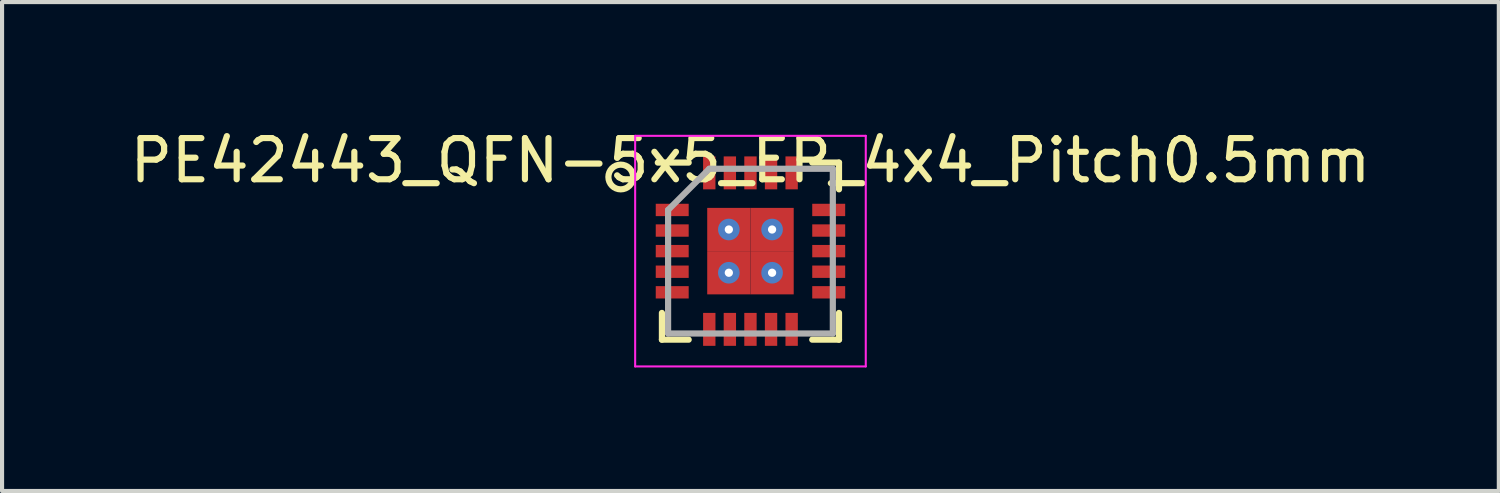
<source format=kicad_pcb>
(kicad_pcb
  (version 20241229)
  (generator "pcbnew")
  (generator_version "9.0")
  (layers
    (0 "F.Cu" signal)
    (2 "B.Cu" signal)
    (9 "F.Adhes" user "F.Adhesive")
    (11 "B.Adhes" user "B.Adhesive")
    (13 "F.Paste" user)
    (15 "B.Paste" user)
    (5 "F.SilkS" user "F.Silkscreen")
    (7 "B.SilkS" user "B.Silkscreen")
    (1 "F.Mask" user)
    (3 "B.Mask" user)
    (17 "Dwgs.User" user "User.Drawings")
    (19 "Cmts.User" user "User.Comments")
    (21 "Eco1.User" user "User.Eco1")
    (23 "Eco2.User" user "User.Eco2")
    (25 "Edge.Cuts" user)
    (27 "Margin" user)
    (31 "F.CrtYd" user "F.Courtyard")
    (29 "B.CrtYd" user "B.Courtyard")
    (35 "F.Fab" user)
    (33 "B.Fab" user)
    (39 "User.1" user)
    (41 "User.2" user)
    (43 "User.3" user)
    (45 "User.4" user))
  (footprint "PE42443_QFN-5x5_EP_4x4_Pitch0.5mm"
    (layer "F.Cu")
    (at 15.173 3.048)
    (property "Reference" "PE42443_QFN-5x5_EP_4x4_Pitch0.5mm" (at 0 -2.2 0) (layer "F.SilkS") (effects (font (size 1 1) (thickness 0.15))))
    (attr through_hole)
    (fp_line (start -2.15 2.15) (end -2.15 1.5) (stroke (width 0.15) (type default)) (layer "F.SilkS"))
    (fp_line (start -1.5 -2.15) (end -2.25 -2.15) (stroke (width 0.15) (type default)) (layer "F.SilkS"))
    (fp_line (start -1.5 2.15) (end -2.15 2.15) (stroke (width 0.15) (type default)) (layer "F.SilkS"))
    (fp_line (start 1.5 -2.15) (end 2.15 -2.15) (stroke (width 0.15) (type default)) (layer "F.SilkS"))
    (fp_line (start 1.5 2.15) (end 2.15 2.15) (stroke (width 0.15) (type default)) (layer "F.SilkS"))
    (fp_line (start 2.15 -2.15) (end 2.15 -1.5) (stroke (width 0.15) (type default)) (layer "F.SilkS"))
    (fp_line (start 2.15 2.15) (end 2.15 1.5) (stroke (width 0.15) (type default)) (layer "F.SilkS"))
    (fp_circle (center -3.15 -1.8) (end -3.15 -1.5) (stroke (width 0.15) (type default)) (fill no) (layer "F.SilkS"))
    (fp_line (start -2.8 -2.8) (end 2.8 -2.8) (stroke (width 0.05) (type default)) (layer "F.CrtYd"))
    (fp_line (start -2.8 2.8) (end -2.8 -2.8) (stroke (width 0.05) (type default)) (layer "F.CrtYd"))
    (fp_line (start 2.8 -2.8) (end 2.8 2.8) (stroke (width 0.05) (type default)) (layer "F.CrtYd"))
    (fp_line (start 2.8 2.8) (end -2.8 2.8) (stroke (width 0.05) (type default)) (layer "F.CrtYd"))
    (fp_line (start -2 -1) (end -2 2) (stroke (width 0.15) (type default)) (layer "F.Fab"))
    (fp_line (start -2 2) (end 2 2) (stroke (width 0.15) (type default)) (layer "F.Fab"))
    (fp_line (start -1 -2) (end -2 -1) (stroke (width 0.15) (type default)) (layer "F.Fab"))
    (fp_line (start 2 -2) (end -1 -2) (stroke (width 0.15) (type default)) (layer "F.Fab"))
    (fp_line (start 2 2) (end 2 -2) (stroke (width 0.15) (type default)) (layer "F.Fab"))
    (pad "1" smd rect (at -1.9 -1 90) (size 0.3 0.8) (layers "F.Cu" "F.Mask" "F.Paste"))
    (pad "2" smd rect (at -1.9 -0.5 90) (size 0.3 0.8) (layers "F.Cu" "F.Mask" "F.Paste"))
    (pad "3" smd rect (at -1.9 0 90) (size 0.3 0.8) (layers "F.Cu" "F.Mask" "F.Paste"))
    (pad "4" smd rect (at -1.9 0.5 90) (size 0.3 0.8) (layers "F.Cu" "F.Mask" "F.Paste"))
    (pad "5" smd rect (at -1.9 1 90) (size 0.3 0.8) (layers "F.Cu" "F.Mask" "F.Paste"))
    (pad "6" smd rect (at -1 1.9) (size 0.3 0.8) (layers "F.Cu" "F.Mask" "F.Paste"))
    (pad "7" smd rect (at -0.5 1.9) (size 0.3 0.8) (layers "F.Cu" "F.Mask" "F.Paste"))
    (pad "8" smd rect (at 0 1.9) (size 0.3 0.8) (layers "F.Cu" "F.Mask" "F.Paste"))
    (pad "9" smd rect (at 0.5 1.9) (size 0.3 0.8) (layers "F.Cu" "F.Mask" "F.Paste"))
    (pad "10" smd rect (at 1 1.9) (size 0.3 0.8) (layers "F.Cu" "F.Mask" "F.Paste"))
    (pad "11" smd rect (at 1.9 1 90) (size 0.3 0.8) (layers "F.Cu" "F.Mask" "F.Paste"))
    (pad "12" smd rect (at 1.9 0.5 90) (size 0.3 0.8) (layers "F.Cu" "F.Mask" "F.Paste"))
    (pad "13" smd rect (at 1.9 0 90) (size 0.3 0.8) (layers "F.Cu" "F.Mask" "F.Paste"))
    (pad "14" smd rect (at 1.9 -0.5 90) (size 0.3 0.8) (layers "F.Cu" "F.Mask" "F.Paste"))
    (pad "15" smd rect (at 1.9 -1 90) (size 0.3 0.8) (layers "F.Cu" "F.Mask" "F.Paste"))
    (pad "16" smd rect (at 1 -1.9) (size 0.3 0.8) (layers "F.Cu" "F.Mask" "F.Paste"))
    (pad "17" smd rect (at 0.5 -1.9) (size 0.3 0.8) (layers "F.Cu" "F.Mask" "F.Paste"))
    (pad "18" smd rect (at 0 -1.9) (size 0.3 0.8) (layers "F.Cu" "F.Mask" "F.Paste"))
    (pad "19" smd rect (at -0.5 -1.9) (size 0.3 0.8) (layers "F.Cu" "F.Mask" "F.Paste"))
    (pad "20" smd rect (at -1 -1.9) (size 0.3 0.8) (layers "F.Cu" "F.Mask" "F.Paste"))
    (pad "21" thru_hole circle (at -0.525 -0.525) (size 0.525 0.525) (drill 0.2) (layers "*.Cu" "*.Mask"))
    (pad "21" smd rect (at -0.525 -0.525) (size 1.05 1.05) (layers "F.Cu" "F.Mask" "F.Paste"))
    (pad "21" thru_hole circle (at -0.525 0.525) (size 0.525 0.525) (drill 0.2) (layers "*.Cu" "*.Mask"))
    (pad "21" smd rect (at -0.525 0.525) (size 1.05 1.05) (layers "F.Cu" "F.Mask" "F.Paste"))
    (pad "21" thru_hole circle (at 0.525 -0.525) (size 0.525 0.525) (drill 0.2) (layers "*.Cu" "*.Mask"))
    (pad "21" smd rect (at 0.525 -0.525) (size 1.05 1.05) (layers "F.Cu" "F.Mask" "F.Paste"))
    (pad "21" thru_hole circle (at 0.525 0.525) (size 0.525 0.525) (drill 0.2) (layers "*.Cu" "*.Mask"))
    (pad "21" smd rect (at 0.525 0.525) (size 1.05 1.05) (layers "F.Cu" "F.Mask" "F.Paste")))
  (gr_rect
    (start -3 -3)
    (end 33.345 8.873)
    (stroke (width 0.1) (type default))
    (fill no)
    (layer "Edge.Cuts")))
</source>
